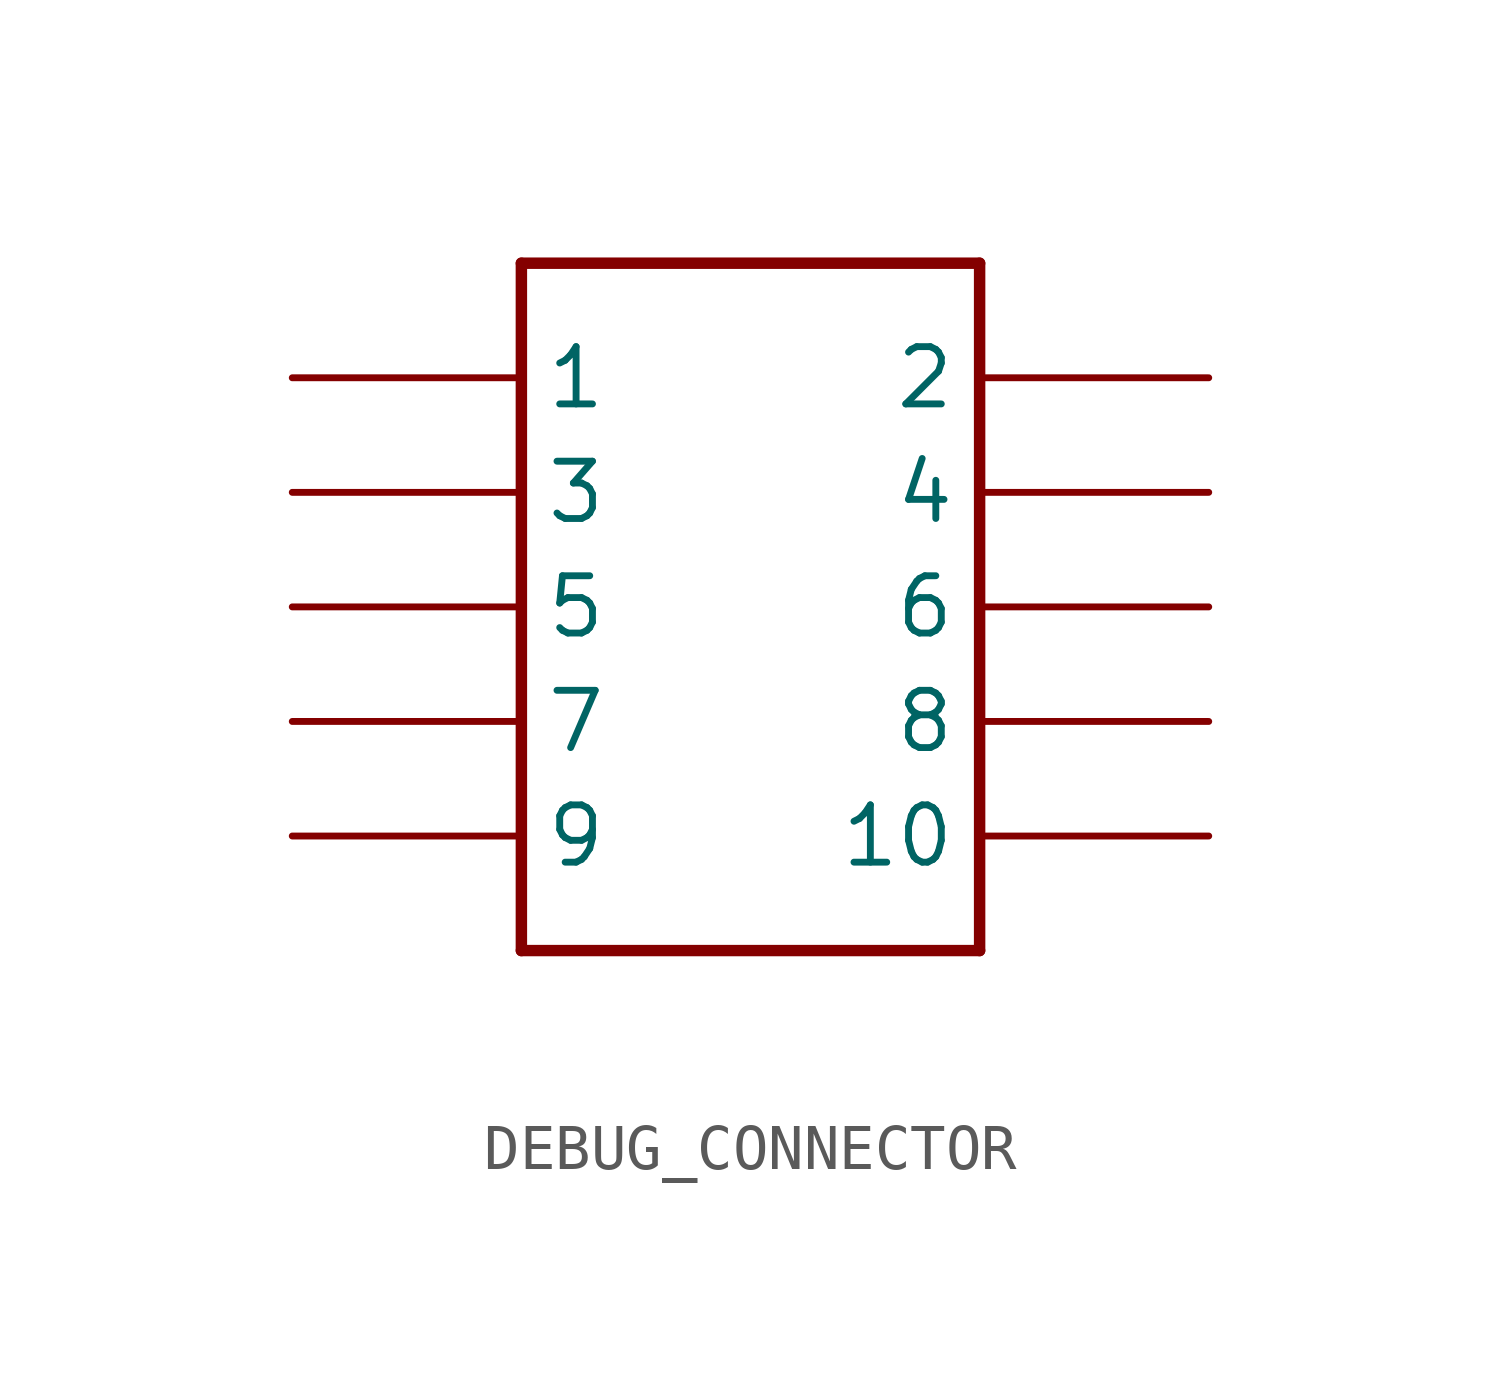
<source format=kicad_sym>
(kicad_symbol_lib
  (version 20220914)
  (generator kicad_symbol_editor)
  (symbol "DEBUG_CONNECTOR"
    (property "Reference" ""
      (at 0 15.748 0)
      (effects (font (size 1.27 1.079)) (justify left bottom) hide))
    (property "Value" ""
      (at 0 -1.778 0)
      (effects (font (size 1.27 1.079)) (justify left bottom)))
    (property "ki_locked" ""
      (at 0 0 0)
      (effects (font (size 1.27 1.27))))
    (symbol "DEBUG_CONNECTOR_1_0"
      (polyline (pts (xy 0 0) (xy 0 15.24)) (stroke (width 0.254) (type solid)) (fill (type none)))
      (polyline (pts (xy 0 15.24) (xy 10.16 15.24)) (stroke (width 0.254) (type solid)) (fill (type none)))
      (polyline (pts (xy 10.16 0) (xy 0 0)) (stroke (width 0.254) (type solid)) (fill (type none)))
      (polyline (pts (xy 10.16 15.24) (xy 10.16 0)) (stroke (width 0.254) (type solid)) (fill (type none)))
      (pin bidirectional line (at -5.08 12.7 0) (length 5.08) (name "1" (effects (font (size 1.27 1.27)))) (number "1" (effects (font (size 0 0)))))
      (pin bidirectional line (at 15.24 2.54 180) (length 5.08) (name "10" (effects (font (size 1.27 1.27)))) (number "10" (effects (font (size 0 0)))))
      (pin bidirectional line (at 15.24 12.7 180) (length 5.08) (name "2" (effects (font (size 1.27 1.27)))) (number "2" (effects (font (size 0 0)))))
      (pin bidirectional line (at -5.08 10.16 0) (length 5.08) (name "3" (effects (font (size 1.27 1.27)))) (number "3" (effects (font (size 0 0)))))
      (pin bidirectional line (at 15.24 10.16 180) (length 5.08) (name "4" (effects (font (size 1.27 1.27)))) (number "4" (effects (font (size 0 0)))))
      (pin bidirectional line (at -5.08 7.62 0) (length 5.08) (name "5" (effects (font (size 1.27 1.27)))) (number "5" (effects (font (size 0 0)))))
      (pin bidirectional line (at 15.24 7.62 180) (length 5.08) (name "6" (effects (font (size 1.27 1.27)))) (number "6" (effects (font (size 0 0)))))
      (pin bidirectional line (at -5.08 5.08 0) (length 5.08) (name "7" (effects (font (size 1.27 1.27)))) (number "7" (effects (font (size 0 0)))))
      (pin bidirectional line (at 15.24 5.08 180) (length 5.08) (name "8" (effects (font (size 1.27 1.27)))) (number "8" (effects (font (size 0 0)))))
      (pin bidirectional line (at -5.08 2.54 0) (length 5.08) (name "9" (effects (font (size 1.27 1.27)))) (number "9" (effects (font (size 0 0))))))))
</source>
